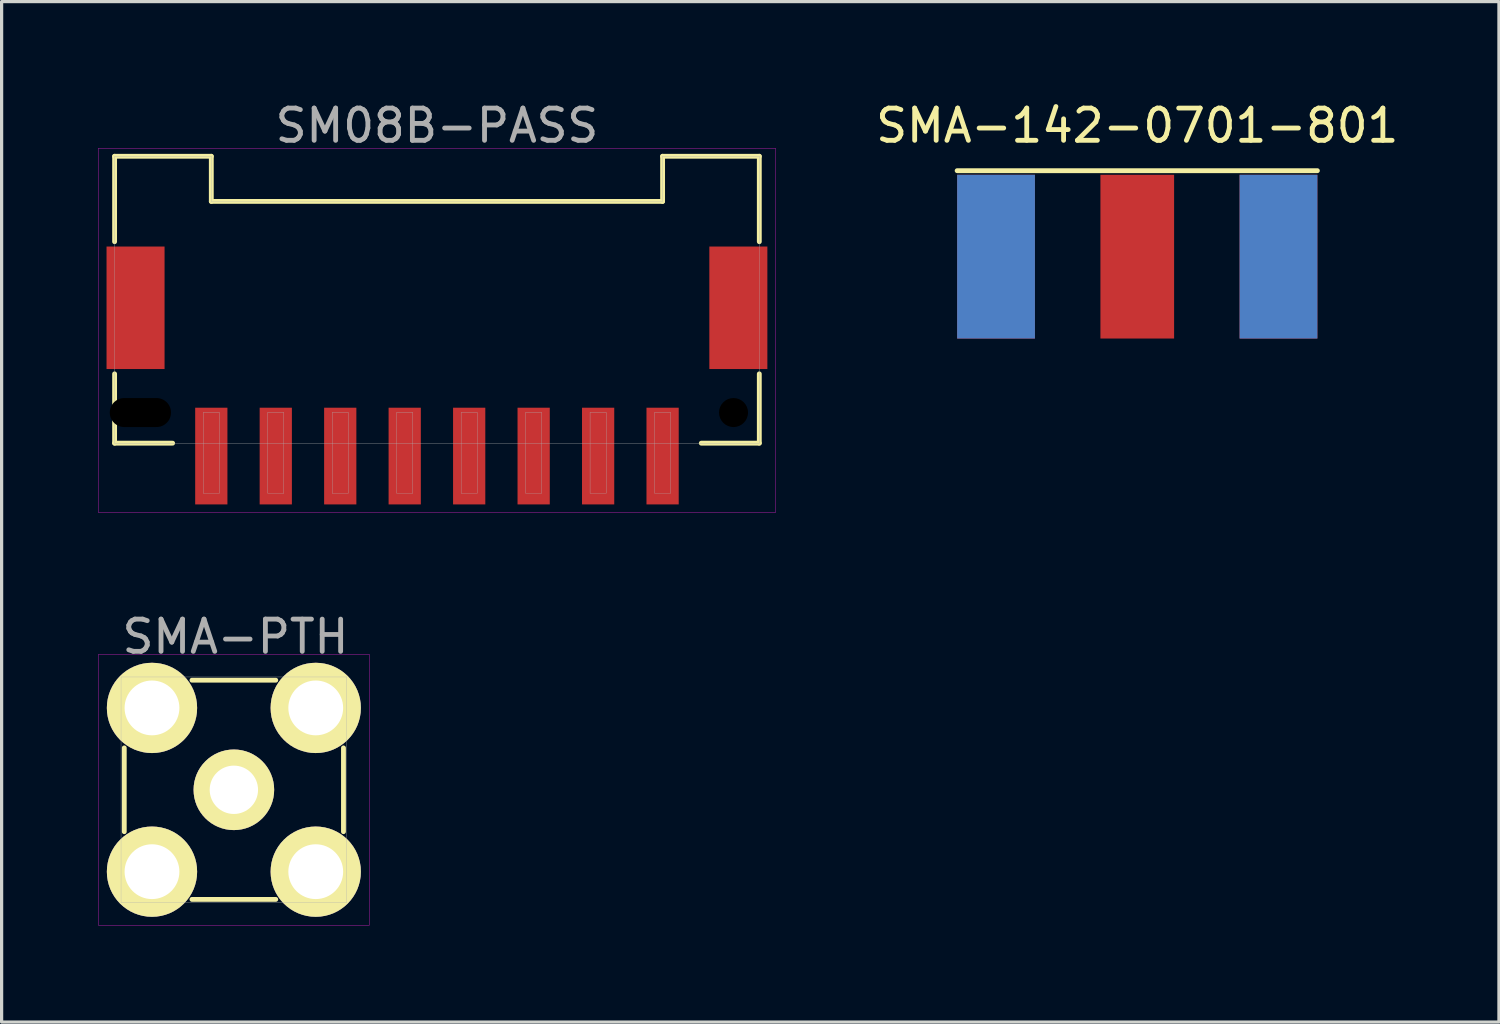
<source format=kicad_pcb>
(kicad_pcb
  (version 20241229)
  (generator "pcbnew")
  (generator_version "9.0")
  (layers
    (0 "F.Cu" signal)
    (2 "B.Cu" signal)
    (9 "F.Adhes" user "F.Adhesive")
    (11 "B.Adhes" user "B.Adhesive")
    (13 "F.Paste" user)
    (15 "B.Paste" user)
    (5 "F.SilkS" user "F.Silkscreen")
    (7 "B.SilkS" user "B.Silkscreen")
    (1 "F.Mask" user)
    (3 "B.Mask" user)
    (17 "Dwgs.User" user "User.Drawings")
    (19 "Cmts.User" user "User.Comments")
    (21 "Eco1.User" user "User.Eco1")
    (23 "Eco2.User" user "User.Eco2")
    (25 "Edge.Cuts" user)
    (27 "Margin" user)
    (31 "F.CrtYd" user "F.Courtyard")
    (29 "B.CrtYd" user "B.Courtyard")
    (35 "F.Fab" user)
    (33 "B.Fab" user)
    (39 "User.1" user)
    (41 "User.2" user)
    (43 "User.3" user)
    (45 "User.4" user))
  (footprint "SMA-142-0701-801"
    (layer "F.Cu")
    (at 32.23 4.912)
    (property "Reference" "SMA-142-0701-801" (at 0 -4.064 0) (layer "F.SilkS") (effects (font (size 1 1) (thickness 0.15))))
    (attr through_hole)
    (fp_line (start -5.588 -2.667) (end 5.588 -2.667) (stroke (width 0.15) (type solid)) (layer "F.SilkS"))
    (pad "1" smd rect (at 0 0) (size 2.286 5.08) (layers "F.Cu" "F.Mask"))
    (pad "2" smd rect (at -4.381 0) (size 2.413 5.08) (layers "F.Cu" "F.Mask"))
    (pad "3" smd rect (at 4.381 0) (size 2.413 5.08) (layers "F.Cu" "F.Mask"))
    (pad "4" smd rect (at -4.381 0) (size 2.413 5.08) (layers "B.Cu" "B.Mask"))
    (pad "5" smd rect (at 4.381 0) (size 2.413 5.08) (layers "B.Cu" "B.Mask")))
  (footprint "SM08B-PASS"
    (layer "F.Cu")
    (at 10.505 9.748)
    (property "Reference" "SM08B-PASS" (at 0 -8.9 0) (layer "F.Fab") (effects (font (size 1 1) (thickness 0.15))))
    (attr through_hole)
    (fp_line (start -10 -7.95) (end -10 -5.3) (stroke (width 0.15) (type solid)) (layer "F.SilkS"))
    (fp_line (start -10 -7.95) (end -7 -7.95) (stroke (width 0.15) (type solid)) (layer "F.SilkS"))
    (fp_line (start -10 0.95) (end -10 -1.2) (stroke (width 0.15) (type solid)) (layer "F.SilkS"))
    (fp_line (start -10 0.95) (end -8.2 0.95) (stroke (width 0.15) (type solid)) (layer "F.SilkS"))
    (fp_line (start -7 -7.95) (end -7 -6.55) (stroke (width 0.15) (type solid)) (layer "F.SilkS"))
    (fp_line (start -7 -6.55) (end 7 -6.55) (stroke (width 0.15) (type solid)) (layer "F.SilkS"))
    (fp_line (start 7 -7.95) (end 10 -7.95) (stroke (width 0.15) (type solid)) (layer "F.SilkS"))
    (fp_line (start 7 -6.55) (end 7 -7.95) (stroke (width 0.15) (type solid)) (layer "F.SilkS"))
    (fp_line (start 10 -7.95) (end 10 -5.3) (stroke (width 0.15) (type solid)) (layer "F.SilkS"))
    (fp_line (start 10 0.95) (end 8.2 0.95) (stroke (width 0.15) (type solid)) (layer "F.SilkS"))
    (fp_line (start 10 0.95) (end 10 -1.2) (stroke (width 0.15) (type solid)) (layer "F.SilkS"))
    (fp_line (start -10.5 -8.2) (end 10.5 -8.2) (stroke (width 0.01) (type solid)) (layer "F.CrtYd"))
    (fp_line (start -10.5 3.1) (end -10.5 -8.2) (stroke (width 0.01) (type solid)) (layer "F.CrtYd"))
    (fp_line (start 10.5 -8.2) (end 10.5 3.1) (stroke (width 0.01) (type solid)) (layer "F.CrtYd"))
    (fp_line (start 10.5 3.1) (end -10.5 3.1) (stroke (width 0.01) (type solid)) (layer "F.CrtYd"))
    (fp_line (start -10 -7.95) (end -7 -7.95) (stroke (width 0.01) (type solid)) (layer "F.Fab"))
    (fp_line (start -10 0.95) (end -10 -7.95) (stroke (width 0.01) (type solid)) (layer "F.Fab"))
    (fp_line (start -7.25 0) (end -6.75 0) (stroke (width 0.01) (type solid)) (layer "F.Fab"))
    (fp_line (start -7.25 2.5) (end -7.25 0) (stroke (width 0.01) (type solid)) (layer "F.Fab"))
    (fp_line (start -7 -7.95) (end -7 -6.55) (stroke (width 0.01) (type solid)) (layer "F.Fab"))
    (fp_line (start -7 -6.55) (end 7 -6.55) (stroke (width 0.01) (type solid)) (layer "F.Fab"))
    (fp_line (start -6.75 0) (end -6.75 2.5) (stroke (width 0.01) (type solid)) (layer "F.Fab"))
    (fp_line (start -6.75 2.5) (end -7.25 2.5) (stroke (width 0.01) (type solid)) (layer "F.Fab"))
    (fp_line (start -5.25 0) (end -4.75 0) (stroke (width 0.01) (type solid)) (layer "F.Fab"))
    (fp_line (start -5.25 2.5) (end -5.25 0) (stroke (width 0.01) (type solid)) (layer "F.Fab"))
    (fp_line (start -4.75 0) (end -4.75 2.5) (stroke (width 0.01) (type solid)) (layer "F.Fab"))
    (fp_line (start -4.75 2.5) (end -5.25 2.5) (stroke (width 0.01) (type solid)) (layer "F.Fab"))
    (fp_line (start -3.25 0) (end -2.75 0) (stroke (width 0.01) (type solid)) (layer "F.Fab"))
    (fp_line (start -3.25 2.5) (end -3.25 0) (stroke (width 0.01) (type solid)) (layer "F.Fab"))
    (fp_line (start -2.75 0) (end -2.75 2.5) (stroke (width 0.01) (type solid)) (layer "F.Fab"))
    (fp_line (start -2.75 2.5) (end -3.25 2.5) (stroke (width 0.01) (type solid)) (layer "F.Fab"))
    (fp_line (start -1.25 0) (end -0.75 0) (stroke (width 0.01) (type solid)) (layer "F.Fab"))
    (fp_line (start -1.25 2.5) (end -1.25 0) (stroke (width 0.01) (type solid)) (layer "F.Fab"))
    (fp_line (start -0.75 0) (end -0.75 2.5) (stroke (width 0.01) (type solid)) (layer "F.Fab"))
    (fp_line (start -0.75 2.5) (end -1.25 2.5) (stroke (width 0.01) (type solid)) (layer "F.Fab"))
    (fp_line (start 0.75 0) (end 1.25 0) (stroke (width 0.01) (type solid)) (layer "F.Fab"))
    (fp_line (start 0.75 2.5) (end 0.75 0) (stroke (width 0.01) (type solid)) (layer "F.Fab"))
    (fp_line (start 1.25 0) (end 1.25 2.5) (stroke (width 0.01) (type solid)) (layer "F.Fab"))
    (fp_line (start 1.25 2.5) (end 0.75 2.5) (stroke (width 0.01) (type solid)) (layer "F.Fab"))
    (fp_line (start 2.75 0) (end 3.25 0) (stroke (width 0.01) (type solid)) (layer "F.Fab"))
    (fp_line (start 2.75 2.5) (end 2.75 0) (stroke (width 0.01) (type solid)) (layer "F.Fab"))
    (fp_line (start 3.25 0) (end 3.25 2.5) (stroke (width 0.01) (type solid)) (layer "F.Fab"))
    (fp_line (start 3.25 2.5) (end 2.75 2.5) (stroke (width 0.01) (type solid)) (layer "F.Fab"))
    (fp_line (start 4.75 0) (end 5.25 0) (stroke (width 0.01) (type solid)) (layer "F.Fab"))
    (fp_line (start 4.75 2.5) (end 4.75 0) (stroke (width 0.01) (type solid)) (layer "F.Fab"))
    (fp_line (start 5.25 0) (end 5.25 2.5) (stroke (width 0.01) (type solid)) (layer "F.Fab"))
    (fp_line (start 5.25 2.5) (end 4.75 2.5) (stroke (width 0.01) (type solid)) (layer "F.Fab"))
    (fp_line (start 6.75 0) (end 7.25 0) (stroke (width 0.01) (type solid)) (layer "F.Fab"))
    (fp_line (start 6.75 2.5) (end 6.75 0) (stroke (width 0.01) (type solid)) (layer "F.Fab"))
    (fp_line (start 7 -7.95) (end 10 -7.95) (stroke (width 0.01) (type solid)) (layer "F.Fab"))
    (fp_line (start 7 -6.55) (end 7 -7.95) (stroke (width 0.01) (type solid)) (layer "F.Fab"))
    (fp_line (start 7.25 0) (end 7.25 2.5) (stroke (width 0.01) (type solid)) (layer "F.Fab"))
    (fp_line (start 7.25 2.5) (end 6.75 2.5) (stroke (width 0.01) (type solid)) (layer "F.Fab"))
    (fp_line (start 10 -7.95) (end 10 0.95) (stroke (width 0.01) (type solid)) (layer "F.Fab"))
    (fp_line (start 10 0.95) (end -10 0.95) (stroke (width 0.01) (type solid)) (layer "F.Fab"))
    (pad "" smd rect (at -9.35 -3.25) (size 1.8 3.8) (layers "F.Cu" "F.Mask" "F.Paste"))
    (pad "" np_thru_hole oval (at -9.2 0) (size 1.9 0.9) (drill oval 1.9 0.9) (layers "*.Mask"))
    (pad "" np_thru_hole circle (at 9.2 0) (size 0.9 0.9) (drill 0.9) (layers "*.Mask"))
    (pad "" smd rect (at 9.35 -3.25) (size 1.8 3.8) (layers "F.Cu" "F.Mask" "F.Paste"))
    (pad "1" smd rect (at 7 1.35) (size 1 3) (layers "F.Cu" "F.Mask" "F.Paste"))
    (pad "2" smd rect (at 5 1.35) (size 1 3) (layers "F.Cu" "F.Mask" "F.Paste"))
    (pad "3" smd rect (at 3 1.35) (size 1 3) (layers "F.Cu" "F.Mask" "F.Paste"))
    (pad "4" smd rect (at 1 1.35) (size 1 3) (layers "F.Cu" "F.Mask" "F.Paste"))
    (pad "5" smd rect (at -1 1.35) (size 1 3) (layers "F.Cu" "F.Mask" "F.Paste"))
    (pad "6" smd rect (at -3 1.35) (size 1 3) (layers "F.Cu" "F.Mask" "F.Paste"))
    (pad "7" smd rect (at -5 1.35) (size 1 3) (layers "F.Cu" "F.Mask" "F.Paste"))
    (pad "8" smd rect (at -7 1.35) (size 1 3) (layers "F.Cu" "F.Mask" "F.Paste")))
  (footprint "SMA-PTH"
    (layer "F.Cu")
    (at 4.205 21.451)
    (property "Reference" "SMA-PTH" (at 0.05 -4.75 0) (layer "F.Fab") (effects (font (size 1 1) (thickness 0.15))))
    (attr through_hole)
    (fp_line (start -3.4 -1.3) (end -3.4 1.3) (stroke (width 0.15) (type solid)) (layer "F.SilkS"))
    (fp_line (start -1.3 -3.4) (end 1.3 -3.4) (stroke (width 0.15) (type solid)) (layer "F.SilkS"))
    (fp_line (start -1.3 3.4) (end 1.3 3.4) (stroke (width 0.15) (type solid)) (layer "F.SilkS"))
    (fp_line (start 3.4 -1.3) (end 3.4 1.3) (stroke (width 0.15) (type solid)) (layer "F.SilkS"))
    (fp_line (start -4.2 -4.2) (end 4.2 -4.2) (stroke (width 0.01) (type solid)) (layer "F.CrtYd"))
    (fp_line (start -4.2 4.2) (end -4.2 -4.2) (stroke (width 0.01) (type solid)) (layer "F.CrtYd"))
    (fp_line (start 4.2 -4.2) (end 4.2 4.2) (stroke (width 0.01) (type solid)) (layer "F.CrtYd"))
    (fp_line (start 4.2 4.2) (end -4.2 4.2) (stroke (width 0.01) (type solid)) (layer "F.CrtYd"))
    (fp_line (start -3.5 -3.5) (end 3.5 -3.5) (stroke (width 0.01) (type solid)) (layer "F.Fab"))
    (fp_line (start -3.5 3.5) (end -3.5 -3.5) (stroke (width 0.01) (type solid)) (layer "F.Fab"))
    (fp_line (start -3.05 -3.05) (end -2.05 -3.05) (stroke (width 0.01) (type solid)) (layer "F.Fab"))
    (fp_line (start -3.05 -2.05) (end -3.05 -3.05) (stroke (width 0.01) (type solid)) (layer "F.Fab"))
    (fp_line (start -3.05 2.05) (end -2.05 2.05) (stroke (width 0.01) (type solid)) (layer "F.Fab"))
    (fp_line (start -3.05 3.05) (end -3.05 2.05) (stroke (width 0.01) (type solid)) (layer "F.Fab"))
    (fp_line (start -2.05 -3.05) (end -2.05 -2.05) (stroke (width 0.01) (type solid)) (layer "F.Fab"))
    (fp_line (start -2.05 -2.05) (end -3.05 -2.05) (stroke (width 0.01) (type solid)) (layer "F.Fab"))
    (fp_line (start -2.05 2.05) (end -2.05 3.05) (stroke (width 0.01) (type solid)) (layer "F.Fab"))
    (fp_line (start -2.05 3.05) (end -3.05 3.05) (stroke (width 0.01) (type solid)) (layer "F.Fab"))
    (fp_line (start 2.05 -3.05) (end 3.05 -3.05) (stroke (width 0.01) (type solid)) (layer "F.Fab"))
    (fp_line (start 2.05 -2.05) (end 2.05 -3.05) (stroke (width 0.01) (type solid)) (layer "F.Fab"))
    (fp_line (start 2.05 2.05) (end 3.05 2.05) (stroke (width 0.01) (type solid)) (layer "F.Fab"))
    (fp_line (start 2.05 3.05) (end 2.05 2.05) (stroke (width 0.01) (type solid)) (layer "F.Fab"))
    (fp_line (start 3.05 -3.05) (end 3.05 -2.05) (stroke (width 0.01) (type solid)) (layer "F.Fab"))
    (fp_line (start 3.05 -2.05) (end 2.05 -2.05) (stroke (width 0.01) (type solid)) (layer "F.Fab"))
    (fp_line (start 3.05 2.05) (end 3.05 3.05) (stroke (width 0.01) (type solid)) (layer "F.Fab"))
    (fp_line (start 3.05 3.05) (end 2.05 3.05) (stroke (width 0.01) (type solid)) (layer "F.Fab"))
    (fp_line (start 3.5 -3.5) (end 3.5 3.5) (stroke (width 0.01) (type solid)) (layer "F.Fab"))
    (fp_line (start 3.5 3.5) (end -3.5 3.5) (stroke (width 0.01) (type solid)) (layer "F.Fab"))
    (fp_circle (center 0 0) (end 0.65 0) (stroke (width 0.01) (type solid)) (fill no) (layer "F.Fab"))
    (pad "1" thru_hole circle (at 0 0) (size 2.5 2.5) (drill 1.5) (layers "*.Cu" "*.Mask" "F.SilkS"))
    (pad "2" thru_hole circle (at -2.54 -2.54) (size 2.8 2.8) (drill 1.7) (layers "*.Cu" "*.Mask" "F.SilkS"))
    (pad "2" thru_hole circle (at -2.54 2.54) (size 2.8 2.8) (drill 1.7) (layers "*.Cu" "*.Mask" "F.SilkS"))
    (pad "2" thru_hole circle (at 2.54 -2.54) (size 2.8 2.8) (drill 1.7) (layers "*.Cu" "*.Mask" "F.SilkS"))
    (pad "2" thru_hole circle (at 2.54 2.54) (size 2.8 2.8) (drill 1.7) (layers "*.Cu" "*.Mask" "F.SilkS")))
  (gr_rect
    (start -3 -3)
    (end 43.45 28.657)
    (stroke (width 0.1) (type default))
    (fill no)
    (layer "Edge.Cuts")))
</source>
